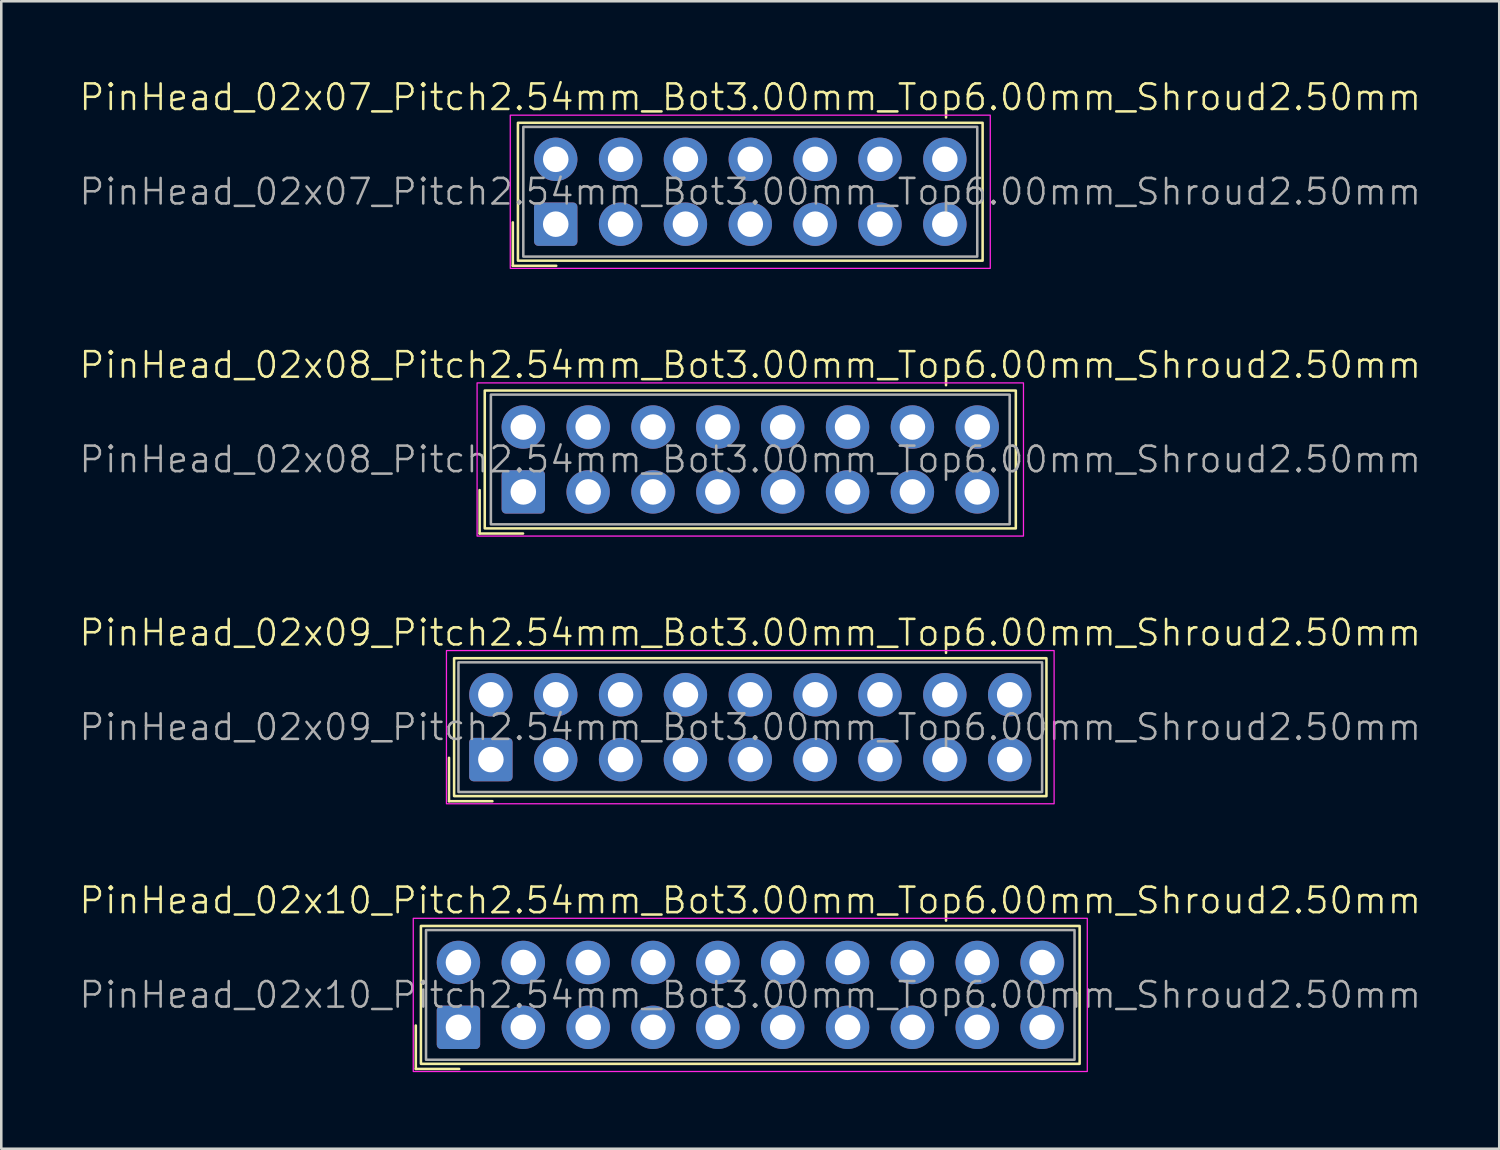
<source format=kicad_pcb>
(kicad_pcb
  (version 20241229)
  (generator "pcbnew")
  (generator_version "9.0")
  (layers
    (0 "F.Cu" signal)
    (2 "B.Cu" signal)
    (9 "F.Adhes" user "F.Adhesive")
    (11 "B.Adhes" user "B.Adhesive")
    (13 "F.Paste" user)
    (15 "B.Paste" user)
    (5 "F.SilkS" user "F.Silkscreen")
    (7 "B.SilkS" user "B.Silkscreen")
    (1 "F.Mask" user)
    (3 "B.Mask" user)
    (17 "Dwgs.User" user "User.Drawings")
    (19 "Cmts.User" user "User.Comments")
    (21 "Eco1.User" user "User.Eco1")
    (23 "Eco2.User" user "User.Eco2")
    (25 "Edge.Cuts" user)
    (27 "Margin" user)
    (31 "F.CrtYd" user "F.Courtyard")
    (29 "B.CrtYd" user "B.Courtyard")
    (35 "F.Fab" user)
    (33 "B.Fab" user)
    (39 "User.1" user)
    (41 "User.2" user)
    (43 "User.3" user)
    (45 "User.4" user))
  (footprint "PinHead_02x10_Pitch2.54mm_Bot3.00mm_Top6.00mm_Shroud2.50mm"
    (layer "F.Cu")
    (at 26.336 35.917)
    (property "Reference" "PinHead_02x10_Pitch2.54mm_Bot3.00mm_Top6.00mm_Shroud2.50mm" (at 0 -3.7 0) (unlocked yes) (layer "F.SilkS") (effects (font (size 1 1) (thickness 0.1))))
    (attr through_hole)
    (fp_line (start -13.1 1.2) (end -13.1 2.9) (stroke (width 0.1) (type default)) (layer "F.SilkS"))
    (fp_line (start -13.1 2.9) (end -11.4 2.9) (stroke (width 0.1) (type default)) (layer "F.SilkS"))
    (fp_rect (start -12.9 -2.7) (end 12.9 2.7) (stroke (width 0.1) (type default)) (fill no) (layer "F.SilkS"))
    (fp_rect (start -13.2 -3) (end 13.2 3) (stroke (width 0.05) (type default)) (fill no) (layer "F.CrtYd"))
    (fp_rect (start -12.7 -2.54) (end 12.7 2.54) (stroke (width 0.1) (type default)) (fill no) (layer "F.Fab"))
    (fp_text user "${REFERENCE}" (at 0 0 0) (unlocked yes) (layer "F.Fab") (effects (font (size 1 1) (thickness 0.1))))
    (pad "1" thru_hole roundrect (at -11.43 1.27) (size 1.7 1.7) (drill 1) (layers "*.Cu" "*.Mask") (roundrect_rratio 0.1))
    (pad "2" thru_hole circle (at -11.43 -1.27) (size 1.7 1.7) (drill 1) (layers "*.Cu" "*.Mask"))
    (pad "3" thru_hole circle (at -8.89 1.27) (size 1.7 1.7) (drill 1) (layers "*.Cu" "*.Mask"))
    (pad "4" thru_hole circle (at -8.89 -1.27) (size 1.7 1.7) (drill 1) (layers "*.Cu" "*.Mask"))
    (pad "5" thru_hole circle (at -6.35 1.27) (size 1.7 1.7) (drill 1) (layers "*.Cu" "*.Mask"))
    (pad "6" thru_hole circle (at -6.35 -1.27) (size 1.7 1.7) (drill 1) (layers "*.Cu" "*.Mask"))
    (pad "7" thru_hole circle (at -3.81 1.27) (size 1.7 1.7) (drill 1) (layers "*.Cu" "*.Mask"))
    (pad "8" thru_hole circle (at -3.81 -1.27) (size 1.7 1.7) (drill 1) (layers "*.Cu" "*.Mask"))
    (pad "9" thru_hole circle (at -1.27 1.27) (size 1.7 1.7) (drill 1) (layers "*.Cu" "*.Mask"))
    (pad "10" thru_hole circle (at -1.27 -1.27) (size 1.7 1.7) (drill 1) (layers "*.Cu" "*.Mask"))
    (pad "11" thru_hole circle (at 1.27 1.27) (size 1.7 1.7) (drill 1) (layers "*.Cu" "*.Mask"))
    (pad "12" thru_hole circle (at 1.27 -1.27) (size 1.7 1.7) (drill 1) (layers "*.Cu" "*.Mask"))
    (pad "13" thru_hole circle (at 3.81 1.27) (size 1.7 1.7) (drill 1) (layers "*.Cu" "*.Mask"))
    (pad "14" thru_hole circle (at 3.81 -1.27) (size 1.7 1.7) (drill 1) (layers "*.Cu" "*.Mask"))
    (pad "15" thru_hole circle (at 6.35 1.27) (size 1.7 1.7) (drill 1) (layers "*.Cu" "*.Mask"))
    (pad "16" thru_hole circle (at 6.35 -1.27) (size 1.7 1.7) (drill 1) (layers "*.Cu" "*.Mask"))
    (pad "17" thru_hole circle (at 8.89 1.27) (size 1.7 1.7) (drill 1) (layers "*.Cu" "*.Mask"))
    (pad "18" thru_hole circle (at 8.89 -1.27) (size 1.7 1.7) (drill 1) (layers "*.Cu" "*.Mask"))
    (pad "19" thru_hole circle (at 11.43 1.27) (size 1.7 1.7) (drill 1) (layers "*.Cu" "*.Mask"))
    (pad "20" thru_hole circle (at 11.43 -1.27) (size 1.7 1.7) (drill 1) (layers "*.Cu" "*.Mask")))
  (footprint "PinHead_02x07_Pitch2.54mm_Bot3.00mm_Top6.00mm_Shroud2.50mm"
    (layer "F.Cu")
    (at 26.336 4.46)
    (property "Reference" "PinHead_02x07_Pitch2.54mm_Bot3.00mm_Top6.00mm_Shroud2.50mm" (at 0 -3.7 0) (unlocked yes) (layer "F.SilkS") (effects (font (size 1 1) (thickness 0.1))))
    (attr through_hole)
    (fp_line (start -9.3 1.2) (end -9.3 2.9) (stroke (width 0.1) (type default)) (layer "F.SilkS"))
    (fp_line (start -9.3 2.9) (end -7.6 2.9) (stroke (width 0.1) (type default)) (layer "F.SilkS"))
    (fp_rect (start -9.1 -2.7) (end 9.1 2.7) (stroke (width 0.1) (type default)) (fill no) (layer "F.SilkS"))
    (fp_rect (start -9.4 -3) (end 9.4 3) (stroke (width 0.05) (type default)) (fill no) (layer "F.CrtYd"))
    (fp_rect (start -8.89 -2.54) (end 8.89 2.54) (stroke (width 0.1) (type default)) (fill no) (layer "F.Fab"))
    (fp_text user "${REFERENCE}" (at 0 0 0) (unlocked yes) (layer "F.Fab") (effects (font (size 1 1) (thickness 0.1))))
    (pad "1" thru_hole roundrect (at -7.62 1.27) (size 1.7 1.7) (drill 1) (layers "*.Cu" "*.Mask") (roundrect_rratio 0.1))
    (pad "2" thru_hole circle (at -7.62 -1.27) (size 1.7 1.7) (drill 1) (layers "*.Cu" "*.Mask"))
    (pad "3" thru_hole circle (at -5.08 1.27) (size 1.7 1.7) (drill 1) (layers "*.Cu" "*.Mask"))
    (pad "4" thru_hole circle (at -5.08 -1.27) (size 1.7 1.7) (drill 1) (layers "*.Cu" "*.Mask"))
    (pad "5" thru_hole circle (at -2.54 1.27) (size 1.7 1.7) (drill 1) (layers "*.Cu" "*.Mask"))
    (pad "6" thru_hole circle (at -2.54 -1.27) (size 1.7 1.7) (drill 1) (layers "*.Cu" "*.Mask"))
    (pad "7" thru_hole circle (at 0 1.27) (size 1.7 1.7) (drill 1) (layers "*.Cu" "*.Mask"))
    (pad "8" thru_hole circle (at 0 -1.27) (size 1.7 1.7) (drill 1) (layers "*.Cu" "*.Mask"))
    (pad "9" thru_hole circle (at 2.54 1.27) (size 1.7 1.7) (drill 1) (layers "*.Cu" "*.Mask"))
    (pad "10" thru_hole circle (at 2.54 -1.27) (size 1.7 1.7) (drill 1) (layers "*.Cu" "*.Mask"))
    (pad "11" thru_hole circle (at 5.08 1.27) (size 1.7 1.7) (drill 1) (layers "*.Cu" "*.Mask"))
    (pad "12" thru_hole circle (at 5.08 -1.27) (size 1.7 1.7) (drill 1) (layers "*.Cu" "*.Mask"))
    (pad "13" thru_hole circle (at 7.62 1.27) (size 1.7 1.7) (drill 1) (layers "*.Cu" "*.Mask"))
    (pad "14" thru_hole circle (at 7.62 -1.27) (size 1.7 1.7) (drill 1) (layers "*.Cu" "*.Mask")))
  (footprint "PinHead_02x08_Pitch2.54mm_Bot3.00mm_Top6.00mm_Shroud2.50mm"
    (layer "F.Cu")
    (at 26.336 14.946)
    (property "Reference" "PinHead_02x08_Pitch2.54mm_Bot3.00mm_Top6.00mm_Shroud2.50mm" (at 0 -3.7 0) (unlocked yes) (layer "F.SilkS") (effects (font (size 1 1) (thickness 0.1))))
    (attr through_hole)
    (fp_line (start -10.6 1.2) (end -10.6 2.9) (stroke (width 0.1) (type default)) (layer "F.SilkS"))
    (fp_line (start -10.6 2.9) (end -8.9 2.9) (stroke (width 0.1) (type default)) (layer "F.SilkS"))
    (fp_rect (start -10.4 -2.7) (end 10.4 2.7) (stroke (width 0.1) (type default)) (fill no) (layer "F.SilkS"))
    (fp_rect (start -10.7 -3) (end 10.7 3) (stroke (width 0.05) (type default)) (fill no) (layer "F.CrtYd"))
    (fp_rect (start -10.16 -2.54) (end 10.16 2.54) (stroke (width 0.1) (type default)) (fill no) (layer "F.Fab"))
    (fp_text user "${REFERENCE}" (at 0 0 0) (unlocked yes) (layer "F.Fab") (effects (font (size 1 1) (thickness 0.1))))
    (pad "1" thru_hole roundrect (at -8.89 1.27) (size 1.7 1.7) (drill 1) (layers "*.Cu" "*.Mask") (roundrect_rratio 0.1))
    (pad "2" thru_hole circle (at -8.89 -1.27) (size 1.7 1.7) (drill 1) (layers "*.Cu" "*.Mask"))
    (pad "3" thru_hole circle (at -6.35 1.27) (size 1.7 1.7) (drill 1) (layers "*.Cu" "*.Mask"))
    (pad "4" thru_hole circle (at -6.35 -1.27) (size 1.7 1.7) (drill 1) (layers "*.Cu" "*.Mask"))
    (pad "5" thru_hole circle (at -3.81 1.27) (size 1.7 1.7) (drill 1) (layers "*.Cu" "*.Mask"))
    (pad "6" thru_hole circle (at -3.81 -1.27) (size 1.7 1.7) (drill 1) (layers "*.Cu" "*.Mask"))
    (pad "7" thru_hole circle (at -1.27 1.27) (size 1.7 1.7) (drill 1) (layers "*.Cu" "*.Mask"))
    (pad "8" thru_hole circle (at -1.27 -1.27) (size 1.7 1.7) (drill 1) (layers "*.Cu" "*.Mask"))
    (pad "9" thru_hole circle (at 1.27 1.27) (size 1.7 1.7) (drill 1) (layers "*.Cu" "*.Mask"))
    (pad "10" thru_hole circle (at 1.27 -1.27) (size 1.7 1.7) (drill 1) (layers "*.Cu" "*.Mask"))
    (pad "11" thru_hole circle (at 3.81 1.27) (size 1.7 1.7) (drill 1) (layers "*.Cu" "*.Mask"))
    (pad "12" thru_hole circle (at 3.81 -1.27) (size 1.7 1.7) (drill 1) (layers "*.Cu" "*.Mask"))
    (pad "13" thru_hole circle (at 6.35 1.27) (size 1.7 1.7) (drill 1) (layers "*.Cu" "*.Mask"))
    (pad "14" thru_hole circle (at 6.35 -1.27) (size 1.7 1.7) (drill 1) (layers "*.Cu" "*.Mask"))
    (pad "15" thru_hole circle (at 8.89 1.27) (size 1.7 1.7) (drill 1) (layers "*.Cu" "*.Mask"))
    (pad "16" thru_hole circle (at 8.89 -1.27) (size 1.7 1.7) (drill 1) (layers "*.Cu" "*.Mask")))
  (footprint "PinHead_02x09_Pitch2.54mm_Bot3.00mm_Top6.00mm_Shroud2.50mm"
    (layer "F.Cu")
    (at 26.336 25.431)
    (property "Reference" "PinHead_02x09_Pitch2.54mm_Bot3.00mm_Top6.00mm_Shroud2.50mm" (at 0 -3.7 0) (unlocked yes) (layer "F.SilkS") (effects (font (size 1 1) (thickness 0.1))))
    (attr through_hole)
    (fp_line (start -11.8 1.2) (end -11.8 2.9) (stroke (width 0.1) (type default)) (layer "F.SilkS"))
    (fp_line (start -11.8 2.9) (end -10.1 2.9) (stroke (width 0.1) (type default)) (layer "F.SilkS"))
    (fp_rect (start -11.6 -2.7) (end 11.6 2.7) (stroke (width 0.1) (type default)) (fill no) (layer "F.SilkS"))
    (fp_rect (start -11.9 -3) (end 11.9 3) (stroke (width 0.05) (type default)) (fill no) (layer "F.CrtYd"))
    (fp_rect (start -11.43 -2.54) (end 11.43 2.54) (stroke (width 0.1) (type default)) (fill no) (layer "F.Fab"))
    (fp_text user "${REFERENCE}" (at 0 0 0) (unlocked yes) (layer "F.Fab") (effects (font (size 1 1) (thickness 0.1))))
    (pad "1" thru_hole roundrect (at -10.16 1.27) (size 1.7 1.7) (drill 1) (layers "*.Cu" "*.Mask") (roundrect_rratio 0.1))
    (pad "2" thru_hole circle (at -10.16 -1.27) (size 1.7 1.7) (drill 1) (layers "*.Cu" "*.Mask"))
    (pad "3" thru_hole circle (at -7.62 1.27) (size 1.7 1.7) (drill 1) (layers "*.Cu" "*.Mask"))
    (pad "4" thru_hole circle (at -7.62 -1.27) (size 1.7 1.7) (drill 1) (layers "*.Cu" "*.Mask"))
    (pad "5" thru_hole circle (at -5.08 1.27) (size 1.7 1.7) (drill 1) (layers "*.Cu" "*.Mask"))
    (pad "6" thru_hole circle (at -5.08 -1.27) (size 1.7 1.7) (drill 1) (layers "*.Cu" "*.Mask"))
    (pad "7" thru_hole circle (at -2.54 1.27) (size 1.7 1.7) (drill 1) (layers "*.Cu" "*.Mask"))
    (pad "8" thru_hole circle (at -2.54 -1.27) (size 1.7 1.7) (drill 1) (layers "*.Cu" "*.Mask"))
    (pad "9" thru_hole circle (at 0 1.27) (size 1.7 1.7) (drill 1) (layers "*.Cu" "*.Mask"))
    (pad "10" thru_hole circle (at 0 -1.27) (size 1.7 1.7) (drill 1) (layers "*.Cu" "*.Mask"))
    (pad "11" thru_hole circle (at 2.54 1.27) (size 1.7 1.7) (drill 1) (layers "*.Cu" "*.Mask"))
    (pad "12" thru_hole circle (at 2.54 -1.27) (size 1.7 1.7) (drill 1) (layers "*.Cu" "*.Mask"))
    (pad "13" thru_hole circle (at 5.08 1.27) (size 1.7 1.7) (drill 1) (layers "*.Cu" "*.Mask"))
    (pad "14" thru_hole circle (at 5.08 -1.27) (size 1.7 1.7) (drill 1) (layers "*.Cu" "*.Mask"))
    (pad "15" thru_hole circle (at 7.62 1.27) (size 1.7 1.7) (drill 1) (layers "*.Cu" "*.Mask"))
    (pad "16" thru_hole circle (at 7.62 -1.27) (size 1.7 1.7) (drill 1) (layers "*.Cu" "*.Mask"))
    (pad "17" thru_hole circle (at 10.16 1.27) (size 1.7 1.7) (drill 1) (layers "*.Cu" "*.Mask"))
    (pad "18" thru_hole circle (at 10.16 -1.27) (size 1.7 1.7) (drill 1) (layers "*.Cu" "*.Mask")))
  (gr_rect
    (start -3 -3)
    (end 55.671 41.942)
    (stroke (width 0.1) (type default))
    (fill no)
    (layer "Edge.Cuts")))
</source>
